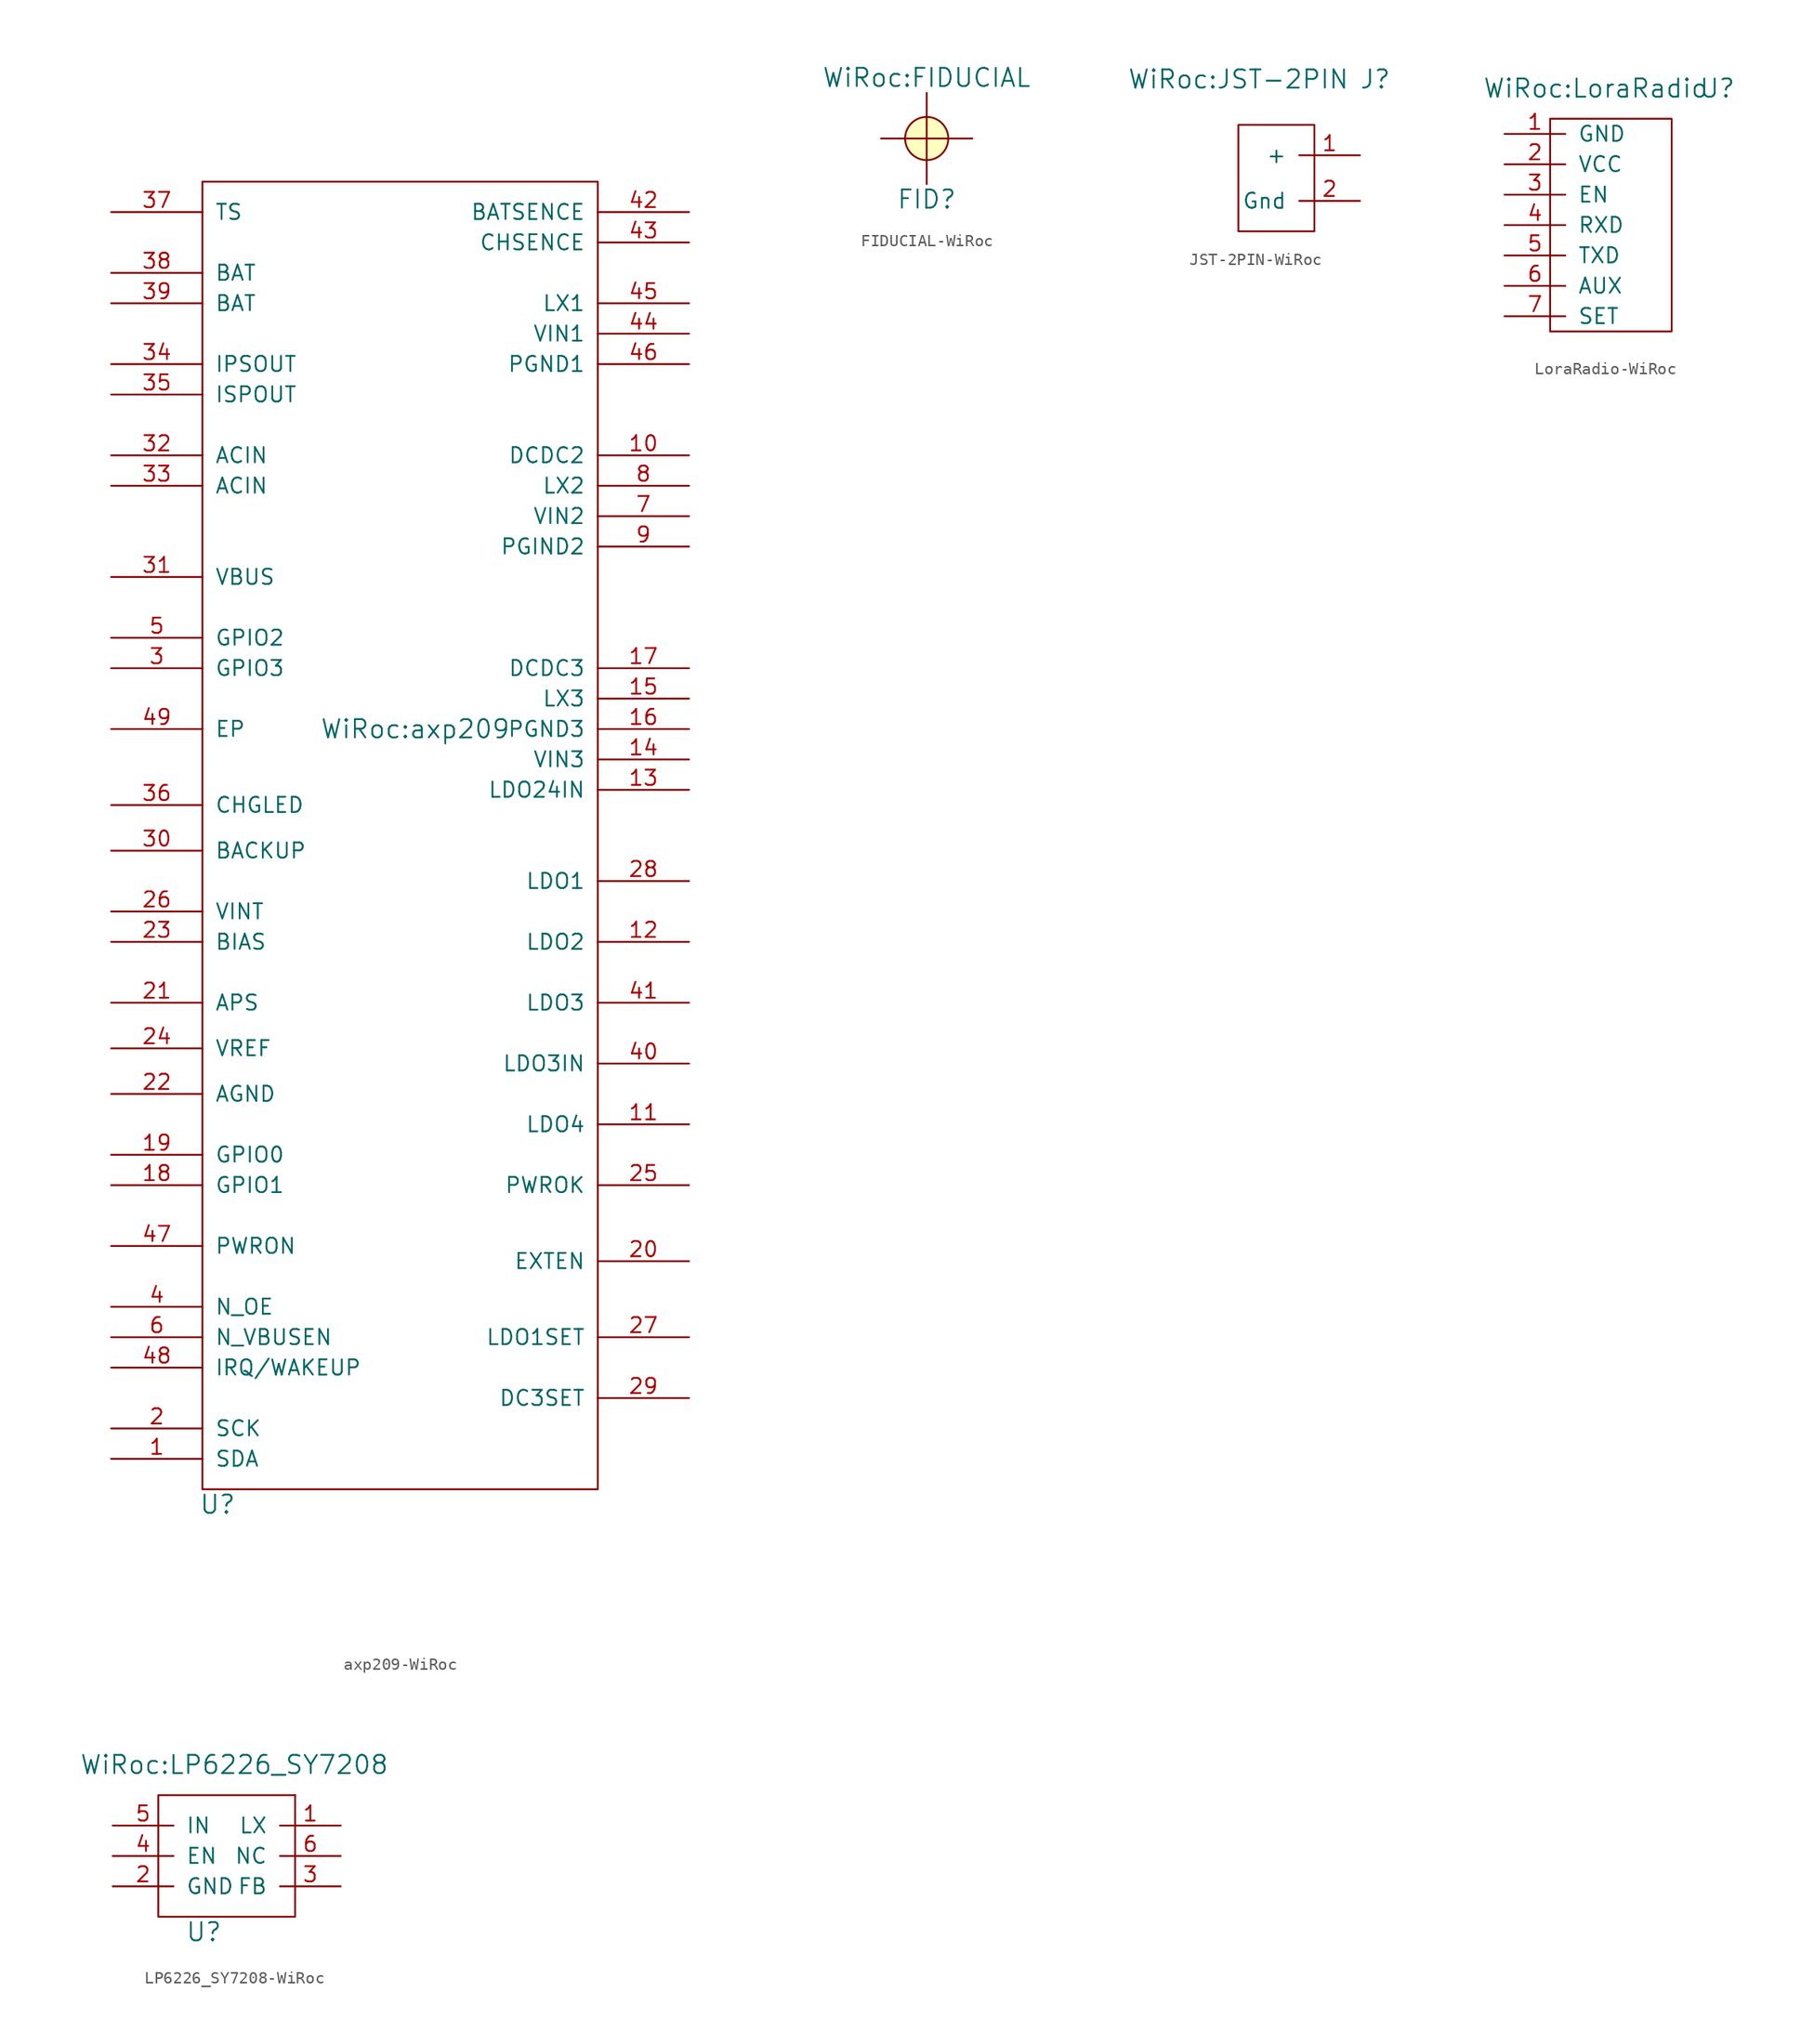
<source format=kicad_sym>
(kicad_symbol_lib
  (version 20220914)
  (generator kicad_symbol_editor)
  (symbol "axp209-WiRoc"
    (pin_names
      (offset 1.016))
    (property "Reference" "U"
      (at -16.51 -59.69 0)
      (effects (font (size 1.524 1.524))))
    (property "Value" "WiRoc:axp209"
      (at 0 5.08 0)
      (effects (font (size 1.524 1.524))))
    (property "Footprint" ""
      (at 0 1.27 0)
      (effects (font (size 1.524 1.524))))
    (property "Datasheet" ""
      (at 0 1.27 0)
      (effects (font (size 1.524 1.524))))
    (symbol "axp209-WiRoc_0_1"
      (rectangle (start -17.78 50.8) (end 15.24 -58.42) (stroke (width 0) (type solid)) (fill (type none))))
    (symbol "axp209-WiRoc_1_1"
      (pin bidirectional line (at -25.4 -55.88 0) (length 7.62) (name "SDA" (effects (font (size 1.27 1.27)))) (number "1" (effects (font (size 1.27 1.27)))))
      (pin input line (at 22.86 27.94 180) (length 7.62) (name "DCDC2" (effects (font (size 1.27 1.27)))) (number "10" (effects (font (size 1.27 1.27)))))
      (pin input line (at 22.86 -27.94 180) (length 7.62) (name "LDO4" (effects (font (size 1.27 1.27)))) (number "11" (effects (font (size 1.27 1.27)))))
      (pin output line (at 22.86 -12.7 180) (length 7.62) (name "LDO2" (effects (font (size 1.27 1.27)))) (number "12" (effects (font (size 1.27 1.27)))))
      (pin power_in line (at 22.86 0 180) (length 7.62) (name "LDO24IN" (effects (font (size 1.27 1.27)))) (number "13" (effects (font (size 1.27 1.27)))))
      (pin power_in line (at 22.86 2.54 180) (length 7.62) (name "VIN3" (effects (font (size 1.27 1.27)))) (number "14" (effects (font (size 1.27 1.27)))))
      (pin bidirectional line (at 22.86 7.62 180) (length 7.62) (name "LX3" (effects (font (size 1.27 1.27)))) (number "15" (effects (font (size 1.27 1.27)))))
      (pin power_in line (at 22.86 5.08 180) (length 7.62) (name "PGND3" (effects (font (size 1.27 1.27)))) (number "16" (effects (font (size 1.27 1.27)))))
      (pin input line (at 22.86 10.16 180) (length 7.62) (name "DCDC3" (effects (font (size 1.27 1.27)))) (number "17" (effects (font (size 1.27 1.27)))))
      (pin bidirectional line (at -25.4 -33.02 0) (length 7.62) (name "GPIO1" (effects (font (size 1.27 1.27)))) (number "18" (effects (font (size 1.27 1.27)))))
      (pin bidirectional line (at -25.4 -30.48 0) (length 7.62) (name "GPIO0" (effects (font (size 1.27 1.27)))) (number "19" (effects (font (size 1.27 1.27)))))
      (pin input line (at -25.4 -53.34 0) (length 7.62) (name "SCK" (effects (font (size 1.27 1.27)))) (number "2" (effects (font (size 1.27 1.27)))))
      (pin output line (at 22.86 -39.37 180) (length 7.62) (name "EXTEN" (effects (font (size 1.27 1.27)))) (number "20" (effects (font (size 1.27 1.27)))))
      (pin power_in line (at -25.4 -17.78 0) (length 7.62) (name "APS" (effects (font (size 1.27 1.27)))) (number "21" (effects (font (size 1.27 1.27)))))
      (pin power_in line (at -25.4 -25.4 0) (length 7.62) (name "AGND" (effects (font (size 1.27 1.27)))) (number "22" (effects (font (size 1.27 1.27)))))
      (pin bidirectional line (at -25.4 -12.7 0) (length 7.62) (name "BIAS" (effects (font (size 1.27 1.27)))) (number "23" (effects (font (size 1.27 1.27)))))
      (pin output line (at -25.4 -21.59 0) (length 7.62) (name "VREF" (effects (font (size 1.27 1.27)))) (number "24" (effects (font (size 1.27 1.27)))))
      (pin output line (at 22.86 -33.02 180) (length 7.62) (name "PWROK" (effects (font (size 1.27 1.27)))) (number "25" (effects (font (size 1.27 1.27)))))
      (pin bidirectional line (at -25.4 -10.16 0) (length 7.62) (name "VINT" (effects (font (size 1.27 1.27)))) (number "26" (effects (font (size 1.27 1.27)))))
      (pin input line (at 22.86 -45.72 180) (length 7.62) (name "LDO1SET" (effects (font (size 1.27 1.27)))) (number "27" (effects (font (size 1.27 1.27)))))
      (pin output line (at 22.86 -7.62 180) (length 7.62) (name "LDO1" (effects (font (size 1.27 1.27)))) (number "28" (effects (font (size 1.27 1.27)))))
      (pin input line (at 22.86 -50.8 180) (length 7.62) (name "DC3SET" (effects (font (size 1.27 1.27)))) (number "29" (effects (font (size 1.27 1.27)))))
      (pin bidirectional line (at -25.4 10.16 0) (length 7.62) (name "GPIO3" (effects (font (size 1.27 1.27)))) (number "3" (effects (font (size 1.27 1.27)))))
      (pin bidirectional line (at -25.4 -5.08 0) (length 7.62) (name "BACKUP" (effects (font (size 1.27 1.27)))) (number "30" (effects (font (size 1.27 1.27)))))
      (pin power_in line (at -25.4 17.78 0) (length 7.62) (name "VBUS" (effects (font (size 1.27 1.27)))) (number "31" (effects (font (size 1.27 1.27)))))
      (pin power_in line (at -25.4 27.94 0) (length 7.62) (name "ACIN" (effects (font (size 1.27 1.27)))) (number "32" (effects (font (size 1.27 1.27)))))
      (pin power_in line (at -25.4 25.4 0) (length 7.62) (name "ACIN" (effects (font (size 1.27 1.27)))) (number "33" (effects (font (size 1.27 1.27)))))
      (pin power_out line (at -25.4 35.56 0) (length 7.62) (name "IPSOUT" (effects (font (size 1.27 1.27)))) (number "34" (effects (font (size 1.27 1.27)))))
      (pin power_out line (at -25.4 33.02 0) (length 7.62) (name "ISPOUT" (effects (font (size 1.27 1.27)))) (number "35" (effects (font (size 1.27 1.27)))))
      (pin output line (at -25.4 -1.27 0) (length 7.62) (name "CHGLED" (effects (font (size 1.27 1.27)))) (number "36" (effects (font (size 1.27 1.27)))))
      (pin input line (at -25.4 48.26 0) (length 7.62) (name "TS" (effects (font (size 1.27 1.27)))) (number "37" (effects (font (size 1.27 1.27)))))
      (pin power_in line (at -25.4 43.18 0) (length 7.62) (name "BAT" (effects (font (size 1.27 1.27)))) (number "38" (effects (font (size 1.27 1.27)))))
      (pin power_in line (at -25.4 40.64 0) (length 7.62) (name "BAT" (effects (font (size 1.27 1.27)))) (number "39" (effects (font (size 1.27 1.27)))))
      (pin input line (at -25.4 -43.18 0) (length 7.62) (name "N_OE" (effects (font (size 1.27 1.27)))) (number "4" (effects (font (size 1.27 1.27)))))
      (pin output line (at 22.86 -22.86 180) (length 7.62) (name "LDO3IN" (effects (font (size 1.27 1.27)))) (number "40" (effects (font (size 1.27 1.27)))))
      (pin input line (at 22.86 -17.78 180) (length 7.62) (name "LDO3" (effects (font (size 1.27 1.27)))) (number "41" (effects (font (size 1.27 1.27)))))
      (pin input line (at 22.86 48.26 180) (length 7.62) (name "BATSENCE" (effects (font (size 1.27 1.27)))) (number "42" (effects (font (size 1.27 1.27)))))
      (pin output line (at 22.86 45.72 180) (length 7.62) (name "CHSENCE" (effects (font (size 1.27 1.27)))) (number "43" (effects (font (size 1.27 1.27)))))
      (pin power_in line (at 22.86 38.1 180) (length 7.62) (name "VIN1" (effects (font (size 1.27 1.27)))) (number "44" (effects (font (size 1.27 1.27)))))
      (pin bidirectional line (at 22.86 40.64 180) (length 7.62) (name "LX1" (effects (font (size 1.27 1.27)))) (number "45" (effects (font (size 1.27 1.27)))))
      (pin power_in line (at 22.86 35.56 180) (length 7.62) (name "PGND1" (effects (font (size 1.27 1.27)))) (number "46" (effects (font (size 1.27 1.27)))))
      (pin input line (at -25.4 -38.1 0) (length 7.62) (name "PWRON" (effects (font (size 1.27 1.27)))) (number "47" (effects (font (size 1.27 1.27)))))
      (pin bidirectional line (at -25.4 -48.26 0) (length 7.62) (name "IRQ/WAKEUP" (effects (font (size 1.27 1.27)))) (number "48" (effects (font (size 1.27 1.27)))))
      (pin power_in line (at -25.4 5.08 0) (length 7.62) (name "EP" (effects (font (size 1.27 1.27)))) (number "49" (effects (font (size 1.27 1.27)))))
      (pin bidirectional line (at -25.4 12.7 0) (length 7.62) (name "GPIO2" (effects (font (size 1.27 1.27)))) (number "5" (effects (font (size 1.27 1.27)))))
      (pin input line (at -25.4 -45.72 0) (length 7.62) (name "N_VBUSEN" (effects (font (size 1.27 1.27)))) (number "6" (effects (font (size 1.27 1.27)))))
      (pin power_in line (at 22.86 22.86 180) (length 7.62) (name "VIN2" (effects (font (size 1.27 1.27)))) (number "7" (effects (font (size 1.27 1.27)))))
      (pin bidirectional line (at 22.86 25.4 180) (length 7.62) (name "LX2" (effects (font (size 1.27 1.27)))) (number "8" (effects (font (size 1.27 1.27)))))
      (pin power_in line (at 22.86 20.32 180) (length 7.62) (name "PGIND2" (effects (font (size 1.27 1.27)))) (number "9" (effects (font (size 1.27 1.27)))))))
  (symbol "FIDUCIAL-WiRoc"
    (pin_names
      (offset 1.016))
    (property "Reference" "FID"
      (at 0 -5.08 0)
      (effects (font (size 1.524 1.524))))
    (property "Value" "WiRoc:FIDUCIAL"
      (at 0 5.08 0)
      (effects (font (size 1.524 1.524))))
    (symbol "FIDUCIAL-WiRoc_0_1"
      (polyline (pts (xy -3.81 0) (xy 3.81 0)) (stroke (width 0) (type solid)) (fill (type none)))
      (polyline (pts (xy 0 3.81) (xy 0 -3.81)) (stroke (width 0) (type solid)) (fill (type none)))
      (circle (center 0 0) (radius 1.803) (stroke (width 0) (type solid)) (fill (type background)))))
  (symbol "JST-2PIN-WiRoc"
    (pin_names
      (offset 1.016))
    (property "Reference" "J"
      (at 7.62 8.89 0)
      (effects (font (size 1.524 1.524))))
    (property "Value" "WiRoc:JST-2PIN"
      (at -3.81 8.89 0)
      (effects (font (size 1.524 1.524))))
    (property "Footprint" ""
      (at 0.635 0 0)
      (effects (font (size 1.524 1.524))))
    (property "Datasheet" ""
      (at 0.635 0 0)
      (effects (font (size 1.524 1.524))))
    (symbol "JST-2PIN-WiRoc_0_1"
      (rectangle (start 2.54 -3.81) (end -3.81 5.08) (stroke (width 0) (type solid)) (fill (type none))))
    (symbol "JST-2PIN-WiRoc_1_1"
      (pin power_out line (at 6.35 2.54 180) (length 5.08) (name "+" (effects (font (size 1.27 1.27)))) (number "1" (effects (font (size 1.27 1.27)))))
      (pin power_out line (at 6.35 -1.27 180) (length 5.08) (name "Gnd" (effects (font (size 1.27 1.27)))) (number "2" (effects (font (size 1.27 1.27)))))))
  (symbol "LoraRadio-WiRoc"
    (pin_names
      (offset 1.016))
    (property "Reference" "U"
      (at 8.89 11.43 0)
      (effects (font (size 1.524 1.524))))
    (property "Value" "WiRoc:LoraRadio"
      (at -1.27 11.43 0)
      (effects (font (size 1.524 1.524))))
    (symbol "LoraRadio-WiRoc_0_1"
      (rectangle (start -5.08 8.89) (end 5.08 -8.89) (stroke (width 0) (type solid)) (fill (type none))))
    (symbol "LoraRadio-WiRoc_1_1"
      (pin power_in line (at -8.89 7.62 0) (length 5.08) (name "GND" (effects (font (size 1.27 1.27)))) (number "1" (effects (font (size 1.27 1.27)))))
      (pin power_in line (at -8.89 5.08 0) (length 5.08) (name "VCC" (effects (font (size 1.27 1.27)))) (number "2" (effects (font (size 1.27 1.27)))))
      (pin input line (at -8.89 2.54 0) (length 5.08) (name "EN" (effects (font (size 1.27 1.27)))) (number "3" (effects (font (size 1.27 1.27)))))
      (pin input line (at -8.89 0 0) (length 5.08) (name "RXD" (effects (font (size 1.27 1.27)))) (number "4" (effects (font (size 1.27 1.27)))))
      (pin output line (at -8.89 -2.54 0) (length 5.08) (name "TXD" (effects (font (size 1.27 1.27)))) (number "5" (effects (font (size 1.27 1.27)))))
      (pin output line (at -8.89 -5.08 0) (length 5.08) (name "AUX" (effects (font (size 1.27 1.27)))) (number "6" (effects (font (size 1.27 1.27)))))
      (pin input line (at -8.89 -7.62 0) (length 5.08) (name "SET" (effects (font (size 1.27 1.27)))) (number "7" (effects (font (size 1.27 1.27)))))))
  (symbol "LP6226_SY7208-WiRoc"
    (pin_names
      (offset 1.016))
    (property "Reference" "U"
      (at -2.54 -6.35 0)
      (effects (font (size 1.524 1.524))))
    (property "Value" "WiRoc:LP6226_SY7208"
      (at 0 7.62 0)
      (effects (font (size 1.524 1.524))))
    (symbol "LP6226_SY7208-WiRoc_0_1"
      (rectangle (start 5.08 5.08) (end -6.35 -5.08) (stroke (width 0) (type solid)) (fill (type none)))
      (rectangle (start 5.08 5.08) (end 5.08 5.08) (stroke (width 0) (type solid)) (fill (type none))))
    (symbol "LP6226_SY7208-WiRoc_1_1"
      (pin output line (at 8.89 2.54 180) (length 5.08) (name "LX" (effects (font (size 1.27 1.27)))) (number "1" (effects (font (size 1.27 1.27)))))
      (pin power_in line (at -10.16 -2.54 0) (length 5.08) (name "GND" (effects (font (size 1.27 1.27)))) (number "2" (effects (font (size 1.27 1.27)))))
      (pin output line (at 8.89 -2.54 180) (length 5.08) (name "FB" (effects (font (size 1.27 1.27)))) (number "3" (effects (font (size 1.27 1.27)))))
      (pin input line (at -10.16 0 0) (length 5.08) (name "EN" (effects (font (size 1.27 1.27)))) (number "4" (effects (font (size 1.27 1.27)))))
      (pin input line (at -10.16 2.54 0) (length 5.08) (name "IN" (effects (font (size 1.27 1.27)))) (number "5" (effects (font (size 1.27 1.27)))))
      (pin output line (at 8.89 0 180) (length 5.08) (name "NC" (effects (font (size 1.27 1.27)))) (number "6" (effects (font (size 1.27 1.27))))))))
</source>
